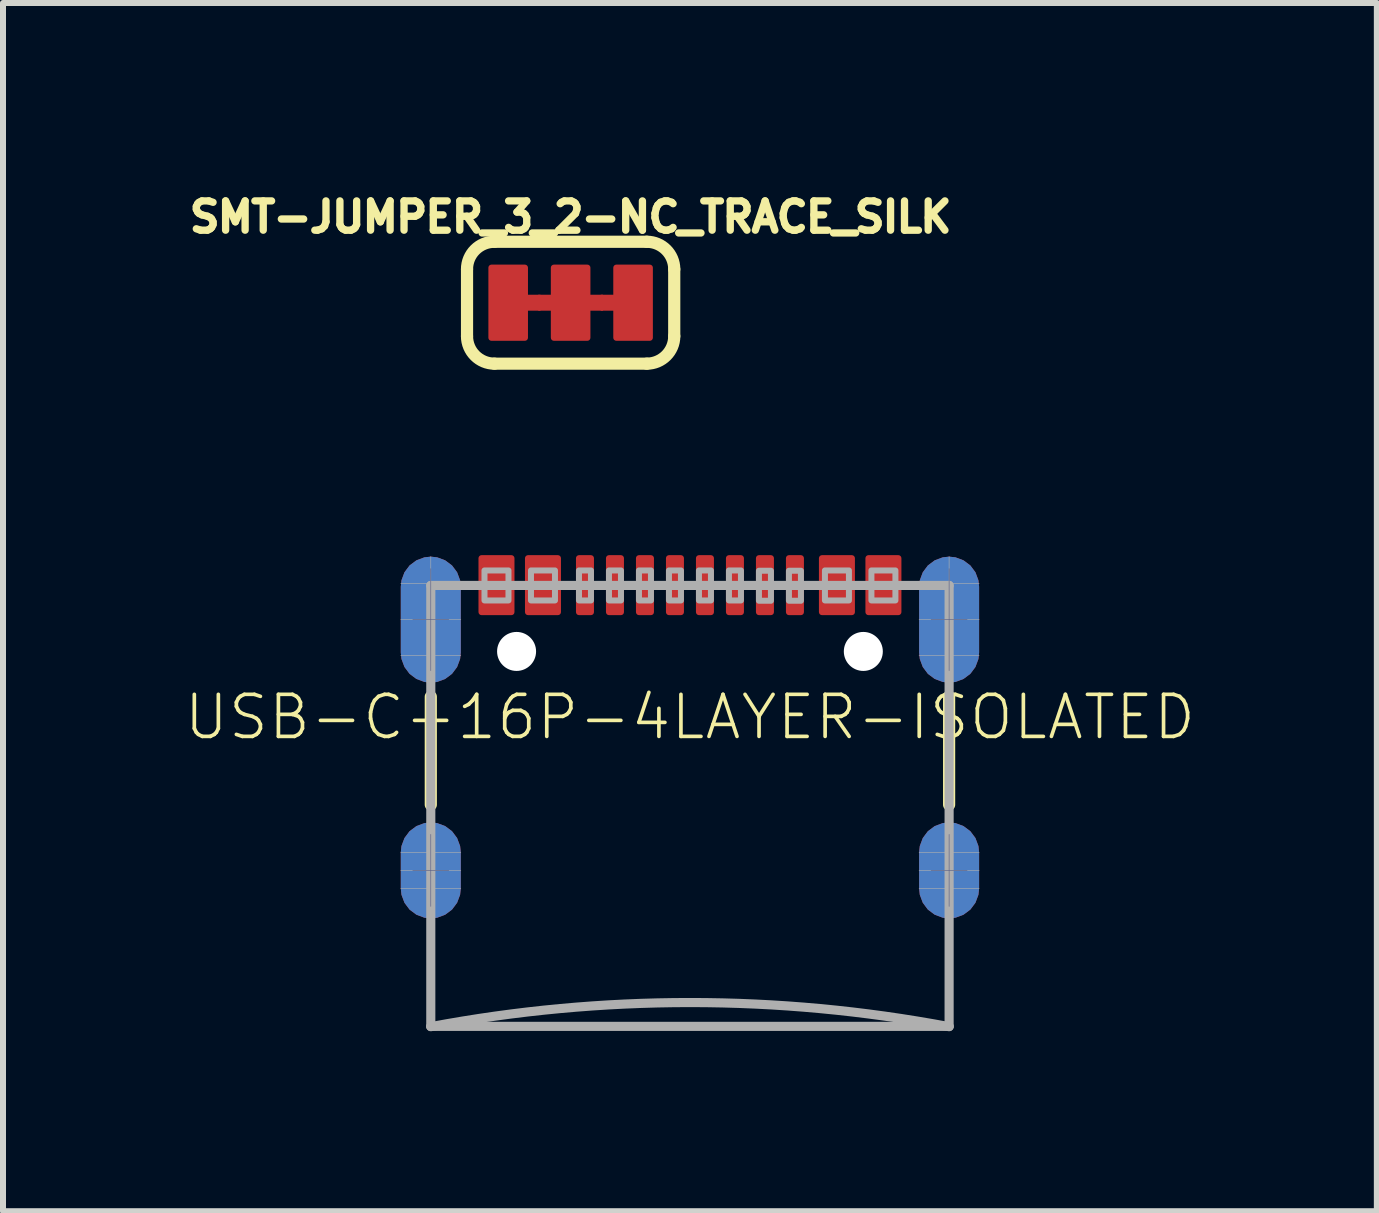
<source format=kicad_pcb>
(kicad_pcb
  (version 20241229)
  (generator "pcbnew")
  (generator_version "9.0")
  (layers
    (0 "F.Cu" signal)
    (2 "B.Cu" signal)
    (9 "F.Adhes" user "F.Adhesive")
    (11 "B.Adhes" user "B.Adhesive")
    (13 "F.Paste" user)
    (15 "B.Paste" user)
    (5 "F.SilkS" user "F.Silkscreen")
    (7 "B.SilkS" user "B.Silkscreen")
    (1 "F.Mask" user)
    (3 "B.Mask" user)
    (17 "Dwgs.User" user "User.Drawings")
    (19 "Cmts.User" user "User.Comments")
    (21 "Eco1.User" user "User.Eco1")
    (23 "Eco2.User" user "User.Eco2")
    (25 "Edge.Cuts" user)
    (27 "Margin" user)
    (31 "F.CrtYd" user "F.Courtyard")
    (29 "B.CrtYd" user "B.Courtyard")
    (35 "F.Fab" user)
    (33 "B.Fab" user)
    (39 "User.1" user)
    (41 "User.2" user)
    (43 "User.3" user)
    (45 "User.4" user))
  (footprint "USB-C-16P-4LAYER-ISOLATED"
    (layer "F.Cu")
    (at 8.451 6.364)
    (property "Reference" "USB-C-16P-4LAYER-ISOLATED" (at 0 2.54 0) (unlocked yes) (layer "F.SilkS") (effects (font (size 0.701 0.701) (thickness 0.061))))
    (fp_poly (pts (xy -4.169 -0.226) (xy -4.026 -0.173) (xy -3.902 -0.085) (xy -3.804 0.032) (xy -3.741 0.17) (xy -3.715 0.32) (xy -3.715 1.52) (xy -3.742 1.669) (xy -3.806 1.805) (xy -3.904 1.92) (xy -4.028 2.007) (xy -4.17 2.058) (xy -4.32 2.07) (xy -4.47 2.058) (xy -4.612 2.007) (xy -4.736 1.92) (xy -4.834 1.805) (xy -4.925 1.521) (xy -4.925 0.32) (xy -4.899 0.17) (xy -4.836 0.032) (xy -4.738 -0.085) (xy -4.614 -0.174) (xy -4.32 -0.24)) (stroke (width 0) (type default)) (fill yes) (layer "F.Mask"))
    (fp_poly (pts (xy -4.163 4.211) (xy -4.017 4.273) (xy -3.891 4.37) (xy -3.795 4.496) (xy -3.735 4.643) (xy -3.715 4.8) (xy -3.715 5.4) (xy -3.736 5.556) (xy -3.797 5.701) (xy -3.893 5.825) (xy -4.018 5.921) (xy -4.164 5.98) (xy -4.32 6) (xy -4.476 5.98) (xy -4.622 5.921) (xy -4.747 5.825) (xy -4.843 5.701) (xy -4.925 5.401) (xy -4.925 4.8) (xy -4.905 4.643) (xy -4.845 4.496) (xy -4.749 4.37) (xy -4.623 4.272) (xy -4.32 4.19)) (stroke (width 0) (type default)) (fill yes) (layer "F.Mask"))
    (fp_poly (pts (xy 4.471 -0.226) (xy 4.614 -0.173) (xy 4.738 -0.085) (xy 4.836 0.032) (xy 4.899 0.17) (xy 4.925 0.32) (xy 4.925 1.52) (xy 4.898 1.669) (xy 4.834 1.805) (xy 4.736 1.92) (xy 4.612 2.007) (xy 4.47 2.058) (xy 4.32 2.07) (xy 4.17 2.058) (xy 4.028 2.007) (xy 3.904 1.92) (xy 3.806 1.805) (xy 3.715 1.521) (xy 3.715 0.32) (xy 3.741 0.17) (xy 3.804 0.032) (xy 3.902 -0.085) (xy 4.026 -0.174) (xy 4.32 -0.24)) (stroke (width 0) (type default)) (fill yes) (layer "F.Mask"))
    (fp_poly (pts (xy 4.477 4.211) (xy 4.623 4.273) (xy 4.749 4.37) (xy 4.845 4.496) (xy 4.905 4.643) (xy 4.925 4.8) (xy 4.925 5.4) (xy 4.904 5.556) (xy 4.843 5.701) (xy 4.747 5.825) (xy 4.622 5.921) (xy 4.476 5.98) (xy 4.32 6) (xy 4.164 5.98) (xy 4.018 5.921) (xy 3.893 5.825) (xy 3.797 5.701) (xy 3.715 5.401) (xy 3.715 4.8) (xy 3.735 4.643) (xy 3.795 4.496) (xy 3.891 4.37) (xy 4.017 4.272) (xy 4.32 4.19)) (stroke (width 0) (type default)) (fill yes) (layer "F.Mask"))
    (fp_line (start -4.32 2.2) (end -4.32 4) (stroke (width 0.203) (type solid)) (layer "F.SilkS"))
    (fp_line (start 4.32 2.2) (end 4.32 4) (stroke (width 0.203) (type solid)) (layer "F.SilkS"))
    (fp_poly (pts (xy -4.219 -0.146) (xy -4.094 -0.103) (xy -3.984 -0.029) (xy -3.898 0.071) (xy -3.84 0.19) (xy -3.815 0.32) (xy -3.815 1.521) (xy -3.854 1.668) (xy -3.937 1.796) (xy -4.056 1.892) (xy -4.35 1.955) (xy -4.491 1.939) (xy -4.621 1.88) (xy -4.727 1.784) (xy -4.825 1.521) (xy -4.825 0.32) (xy -4.802 0.173) (xy -4.734 0.041) (xy -4.629 -0.065) (xy -4.351 -0.155)) (stroke (width 0) (type default)) (fill yes) (layer "F.Paste"))
    (fp_poly (pts (xy -4.147 4.322) (xy -4.011 4.395) (xy -3.903 4.507) (xy -3.815 4.799) (xy -3.815 5.4) (xy -3.836 5.553) (xy -3.904 5.693) (xy -4.011 5.805) (xy -4.299 5.905) (xy -4.434 5.89) (xy -4.559 5.841) (xy -4.667 5.761) (xy -4.751 5.656) (xy -4.825 5.401) (xy -4.825 4.8) (xy -4.805 4.667) (xy -4.751 4.544) (xy -4.667 4.439) (xy -4.559 4.359) (xy -4.3 4.295)) (stroke (width 0) (type default)) (fill yes) (layer "F.Paste"))
    (fp_poly (pts (xy 4.43 -0.145) (xy 4.553 -0.101) (xy 4.661 -0.026) (xy 4.745 0.073) (xy 4.801 0.191) (xy 4.825 0.32) (xy 4.825 1.521) (xy 4.787 1.667) (xy 4.707 1.794) (xy 4.59 1.89) (xy 4.3 1.955) (xy 4.164 1.949) (xy 4.035 1.902) (xy 3.927 1.816) (xy 3.815 1.571) (xy 3.815 0.37) (xy 3.827 0.239) (xy 3.873 0.115) (xy 3.949 0.007) (xy 4.05 -0.077) (xy 4.299 -0.155)) (stroke (width 0) (type default)) (fill yes) (layer "F.Paste"))
    (fp_poly (pts (xy 4.434 4.31) (xy 4.559 4.359) (xy 4.667 4.439) (xy 4.751 4.544) (xy 4.805 4.667) (xy 4.825 4.8) (xy 4.825 5.4) (xy 4.806 5.552) (xy 4.74 5.691) (xy 4.635 5.803) (xy 4.351 5.905) (xy 4.221 5.899) (xy 4.097 5.859) (xy 3.989 5.789) (xy 3.901 5.692) (xy 3.815 5.451) (xy 3.815 4.85) (xy 3.824 4.715) (xy 3.867 4.586) (xy 3.942 4.472) (xy 4.045 4.382) (xy 4.299 4.295)) (stroke (width 0) (type default)) (fill yes) (layer "F.Paste"))
    (fp_line (start -4.62 0.915) (end -4.02 0.915) (stroke (width 0.01) (type solid)) (layer "B.Fab"))
    (fp_line (start -4.62 5.095) (end -4.02 5.095) (stroke (width 0.01) (type solid)) (layer "B.Fab"))
    (fp_line (start -4.32 0.065) (end -4.32 1.765) (stroke (width 0.01) (type solid)) (layer "B.Fab"))
    (fp_line (start -4.32 4.495) (end -4.32 5.695) (stroke (width 0.01) (type solid)) (layer "B.Fab"))
    (fp_line (start 4.02 0.915) (end 4.62 0.915) (stroke (width 0.01) (type solid)) (layer "B.Fab"))
    (fp_line (start 4.02 5.095) (end 4.62 5.095) (stroke (width 0.01) (type solid)) (layer "B.Fab"))
    (fp_line (start 4.32 0.065) (end 4.32 1.765) (stroke (width 0.01) (type solid)) (layer "B.Fab"))
    (fp_line (start 4.32 4.495) (end 4.32 5.695) (stroke (width 0.01) (type solid)) (layer "B.Fab"))
    (fp_line (start -4.82 0.315) (end -3.82 0.315) (stroke (width 0.01) (type solid)) (layer "F.Fab"))
    (fp_line (start -4.82 0.915) (end -3.82 0.915) (stroke (width 0.01) (type solid)) (layer "F.Fab"))
    (fp_line (start -4.82 1.515) (end -3.82 1.515) (stroke (width 0.01) (type solid)) (layer "F.Fab"))
    (fp_line (start -4.82 4.795) (end -3.82 4.795) (stroke (width 0.01) (type solid)) (layer "F.Fab"))
    (fp_line (start -4.82 5.095) (end -3.82 5.095) (stroke (width 0.01) (type solid)) (layer "F.Fab"))
    (fp_line (start -4.82 5.395) (end -3.82 5.395) (stroke (width 0.01) (type solid)) (layer "F.Fab"))
    (fp_line (start -4.32 -0.135) (end -4.32 0.345) (stroke (width 0.01) (type solid)) (layer "F.Fab"))
    (fp_line (start -4.32 0.345) (end -4.32 1.965) (stroke (width 0.01) (type solid)) (layer "F.Fab"))
    (fp_line (start -4.32 0.345) (end 4.32 0.345) (stroke (width 0.152) (type solid)) (layer "F.Fab"))
    (fp_line (start -4.32 4.295) (end -4.32 5.895) (stroke (width 0.01) (type solid)) (layer "F.Fab"))
    (fp_line (start -4.32 7.695) (end -4.32 0.345) (stroke (width 0.152) (type solid)) (layer "F.Fab"))
    (fp_line (start -4.32 7.695) (end 4.32 7.695) (stroke (width 0.152) (type solid)) (layer "F.Fab"))
    (fp_line (start 3.82 0.315) (end 4.82 0.315) (stroke (width 0.01) (type solid)) (layer "F.Fab"))
    (fp_line (start 3.82 0.915) (end 4.82 0.915) (stroke (width 0.01) (type solid)) (layer "F.Fab"))
    (fp_line (start 3.82 1.515) (end 4.82 1.515) (stroke (width 0.01) (type solid)) (layer "F.Fab"))
    (fp_line (start 3.82 4.795) (end 4.82 4.795) (stroke (width 0.01) (type solid)) (layer "F.Fab"))
    (fp_line (start 3.82 5.095) (end 4.82 5.095) (stroke (width 0.01) (type solid)) (layer "F.Fab"))
    (fp_line (start 3.82 5.395) (end 4.82 5.395) (stroke (width 0.01) (type solid)) (layer "F.Fab"))
    (fp_line (start 4.32 -0.135) (end 4.32 0.345) (stroke (width 0.01) (type solid)) (layer "F.Fab"))
    (fp_line (start 4.32 0.345) (end 4.32 1.965) (stroke (width 0.01) (type solid)) (layer "F.Fab"))
    (fp_line (start 4.32 0.345) (end 4.32 7.695) (stroke (width 0.152) (type solid)) (layer "F.Fab"))
    (fp_line (start 4.32 4.295) (end 4.32 5.895) (stroke (width 0.01) (type solid)) (layer "F.Fab"))
    (fp_arc (start -4.32 7.7) (mid 0 7.297675) (end 4.32 7.7) (stroke (width 0.1524) (type solid)) (layer "F.Fab"))
    (fp_poly (pts (xy -3.425 0.595) (xy -3.025 0.595) (xy -3.025 0.095) (xy -3.425 0.095)) (stroke (width 0.1) (type default)) (fill no) (layer "F.Fab"))
    (fp_poly (pts (xy -2.65 0.595) (xy -2.25 0.595) (xy -2.25 0.095) (xy -2.65 0.095)) (stroke (width 0.1) (type default)) (fill no) (layer "F.Fab"))
    (fp_poly (pts (xy -1.85 0.595) (xy -1.65 0.595) (xy -1.65 0.095) (xy -1.85 0.095)) (stroke (width 0.1) (type default)) (fill no) (layer "F.Fab"))
    (fp_poly (pts (xy -1.35 0.595) (xy -1.15 0.595) (xy -1.15 0.095) (xy -1.35 0.095)) (stroke (width 0.1) (type default)) (fill no) (layer "F.Fab"))
    (fp_poly (pts (xy -0.85 0.595) (xy -0.65 0.595) (xy -0.65 0.095) (xy -0.85 0.095)) (stroke (width 0.1) (type default)) (fill no) (layer "F.Fab"))
    (fp_poly (pts (xy -0.35 0.595) (xy -0.15 0.595) (xy -0.15 0.095) (xy -0.35 0.095)) (stroke (width 0.1) (type default)) (fill no) (layer "F.Fab"))
    (fp_poly (pts (xy 0.15 0.595) (xy 0.35 0.595) (xy 0.35 0.095) (xy 0.15 0.095)) (stroke (width 0.1) (type default)) (fill no) (layer "F.Fab"))
    (fp_poly (pts (xy 0.65 0.595) (xy 0.85 0.595) (xy 0.85 0.095) (xy 0.65 0.095)) (stroke (width 0.1) (type default)) (fill no) (layer "F.Fab"))
    (fp_poly (pts (xy 1.15 0.6) (xy 1.35 0.6) (xy 1.35 0.1) (xy 1.15 0.1)) (stroke (width 0.1) (type default)) (fill no) (layer "F.Fab"))
    (fp_poly (pts (xy 1.65 0.6) (xy 1.85 0.6) (xy 1.85 0.1) (xy 1.65 0.1)) (stroke (width 0.1) (type default)) (fill no) (layer "F.Fab"))
    (fp_poly (pts (xy 2.25 0.595) (xy 2.65 0.595) (xy 2.65 0.095) (xy 2.25 0.095)) (stroke (width 0.1) (type default)) (fill no) (layer "F.Fab"))
    (fp_poly (pts (xy 3.025 0.595) (xy 3.425 0.595) (xy 3.425 0.095) (xy 3.025 0.095)) (stroke (width 0.1) (type default)) (fill no) (layer "F.Fab"))
    (pad "" np_thru_hole circle (at -2.89 1.445) (size 0.65 0.65) (drill 0.65) (layers "*.Cu" "*.Mask"))
    (pad "" np_thru_hole circle (at 2.89 1.445) (size 0.65 0.65) (drill 0.65) (layers "*.Cu" "*.Mask"))
    (pad "A5" smd roundrect (at -1.25 0.34 180) (size 0.3 1) (layers "F.Cu" "F.Mask" "F.Paste") (roundrect_rratio 0.169))
    (pad "A6" smd roundrect (at -0.25 0.34 180) (size 0.3 1) (layers "F.Cu" "F.Mask" "F.Paste") (roundrect_rratio 0.169))
    (pad "A7" smd roundrect (at 0.25 0.34) (size 0.3 1) (layers "F.Cu" "F.Mask" "F.Paste") (roundrect_rratio 0.169))
    (pad "A8" smd roundrect (at 1.25 0.34) (size 0.3 1) (layers "F.Cu" "F.Mask" "F.Paste") (roundrect_rratio 0.169))
    (pad "B5" smd roundrect (at 1.75 0.34) (size 0.3 1) (layers "F.Cu" "F.Mask" "F.Paste") (roundrect_rratio 0.169))
    (pad "B6" smd roundrect (at 0.75 0.34) (size 0.3 1) (layers "F.Cu" "F.Mask" "F.Paste") (roundrect_rratio 0.169))
    (pad "B7" smd roundrect (at -0.75 0.34 180) (size 0.3 1) (layers "F.Cu" "F.Mask" "F.Paste") (roundrect_rratio 0.169))
    (pad "B8" smd roundrect (at -1.75 0.34 180) (size 0.3 1) (layers "F.Cu" "F.Mask" "F.Paste") (roundrect_rratio 0.169))
    (pad "GND" smd roundrect (at -3.225 0.34 180) (size 0.6 1) (layers "F.Cu" "F.Mask" "F.Paste") (roundrect_rratio 0.085))
    (pad "GND2" smd roundrect (at 3.225 0.34) (size 0.6 1) (layers "F.Cu" "F.Mask" "F.Paste") (roundrect_rratio 0.085))
    (pad "SHLD1" smd roundrect (at -4.32 0.915 180) (size 1 2.1) (layers "F.Cu") (roundrect_rratio 0.5))
    (pad "SHLD2" smd roundrect (at 4.32 0.915 180) (size 1 2.1) (layers "F.Cu") (roundrect_rratio 0.5))
    (pad "SHLD3" smd roundrect (at -4.32 0.915) (size 1 2.1) (layers "B.Cu") (roundrect_rratio 0.5))
    (pad "SHLD4" smd roundrect (at 4.32 0.915) (size 1 2.1) (layers "B.Cu") (roundrect_rratio 0.5))
    (pad "SHLD5" smd roundrect (at -4.32 5.095 180) (size 1 1.6) (layers "F.Cu") (roundrect_rratio 0.5))
    (pad "SHLD6" smd roundrect (at -4.32 5.095) (size 1 1.6) (layers "B.Cu") (roundrect_rratio 0.5))
    (pad "SHLD7" smd roundrect (at 4.32 5.095) (size 1 1.6) (layers "B.Cu") (roundrect_rratio 0.5))
    (pad "SHLD8" smd roundrect (at 4.32 5.095 180) (size 1 1.6) (layers "F.Cu") (roundrect_rratio 0.5))
    (pad "VBUS1" smd roundrect (at -2.45 0.34 180) (size 0.6 1) (layers "F.Cu" "F.Mask" "F.Paste") (roundrect_rratio 0.085))
    (pad "VBUS2" smd roundrect (at 2.45 0.34) (size 0.6 1) (layers "F.Cu" "F.Mask" "F.Paste") (roundrect_rratio 0.085))
    (zone (net_name "") (layer "In1.Cu") (hatch edge 0.5) (connect_pads) (min_thickness 0.25) (filled_areas_thickness no) (keepout (tracks allowed) (vias allowed) (pads allowed) (copperpour not_allowed) (footprints allowed)) (placement (enabled no)) (fill) (polygon (pts (xy 3.651 6.264) (xy 4.651 6.264) (xy 4.651 8.364) (xy 3.651 8.364))))
    (zone (net_name "") (layer "In1.Cu") (hatch edge 0.5) (connect_pads) (min_thickness 0.25) (filled_areas_thickness no) (keepout (tracks allowed) (vias allowed) (pads allowed) (copperpour not_allowed) (footprints allowed)) (placement (enabled no)) (fill) (polygon (pts (xy 3.651 10.664) (xy 4.651 10.664) (xy 4.651 12.264) (xy 3.651 12.264))))
    (zone (net_name "") (layer "In1.Cu") (hatch edge 0.5) (connect_pads) (min_thickness 0.25) (filled_areas_thickness no) (keepout (tracks allowed) (vias allowed) (pads allowed) (copperpour not_allowed) (footprints allowed)) (placement (enabled no)) (fill) (polygon (pts (xy 12.251 10.664) (xy 13.251 10.664) (xy 13.251 12.264) (xy 12.251 12.264))))
    (zone (net_name "") (layer "In1.Cu") (hatch edge 0.5) (connect_pads) (min_thickness 0.25) (filled_areas_thickness no) (keepout (tracks allowed) (vias allowed) (pads allowed) (copperpour not_allowed) (footprints allowed)) (placement (enabled no)) (fill) (polygon (pts (xy 12.251 6.264) (xy 13.251 6.264) (xy 13.251 8.264) (xy 13.251 8.364) (xy 12.251 8.364))))
    (zone (net_name "") (layer "In2.Cu") (hatch edge 0.5) (connect_pads) (min_thickness 0.25) (filled_areas_thickness no) (keepout (tracks allowed) (vias allowed) (pads allowed) (copperpour not_allowed) (footprints allowed)) (placement (enabled no)) (fill) (polygon (pts (xy 3.651 6.264) (xy 4.651 6.264) (xy 4.651 8.364) (xy 3.651 8.364))))
    (zone (net_name "") (layer "In2.Cu") (hatch edge 0.5) (connect_pads) (min_thickness 0.25) (filled_areas_thickness no) (keepout (tracks allowed) (vias allowed) (pads allowed) (copperpour not_allowed) (footprints allowed)) (placement (enabled no)) (fill) (polygon (pts (xy 3.651 10.664) (xy 4.651 10.664) (xy 4.651 12.264) (xy 3.651 12.264))))
    (zone (net_name "") (layer "In2.Cu") (hatch edge 0.5) (connect_pads) (min_thickness 0.25) (filled_areas_thickness no) (keepout (tracks allowed) (vias allowed) (pads allowed) (copperpour not_allowed) (footprints allowed)) (placement (enabled no)) (fill) (polygon (pts (xy 12.251 6.264) (xy 13.251 6.264) (xy 13.251 8.364) (xy 12.251 8.364))))
    (zone (net_name "") (layer "In2.Cu") (hatch edge 0.5) (connect_pads) (min_thickness 0.25) (filled_areas_thickness no) (keepout (tracks allowed) (vias allowed) (pads allowed) (copperpour not_allowed) (footprints allowed)) (placement (enabled no)) (fill) (polygon (pts (xy 12.251 10.664) (xy 13.251 10.664) (xy 13.251 12.264) (xy 12.251 12.264)))))
  (footprint "SMT-JUMPER_3_2-NC_TRACE_SILK"
    (layer "F.Cu")
    (at 6.462 1.996)
    (property "Reference" "SMT-JUMPER_3_2-NC_TRACE_SILK" (at 0 -1.143 0) (unlocked yes) (layer "F.SilkS") (effects (font (size 0.488 0.488) (thickness 0.122)) (justify bottom)))
    (fp_poly (pts (xy -0.502 0.133) (xy -1.238 0.133) (xy -1.238 -0.133) (xy -0.502 -0.133)) (stroke (width 0) (type default)) (fill yes) (layer "F.Cu"))
    (fp_poly (pts (xy 0.54 0.133) (xy -0.54 0.133) (xy -0.54 -0.133) (xy 0.54 -0.133)) (stroke (width 0) (type default)) (fill yes) (layer "F.Cu"))
    (fp_poly (pts (xy 1.238 0.133) (xy 0.502 0.133) (xy 0.502 -0.133) (xy 1.238 -0.133)) (stroke (width 0) (type default)) (fill yes) (layer "F.Cu"))
    (fp_poly (pts (xy -0.254 0.191) (xy -0.762 0.191) (xy -0.762 -0.191) (xy -0.254 -0.191)) (stroke (width 0) (type default)) (fill yes) (layer "F.Mask"))
    (fp_poly (pts (xy 0.762 0.191) (xy 0.254 0.191) (xy 0.254 -0.191) (xy 0.762 -0.191)) (stroke (width 0) (type default)) (fill yes) (layer "F.Mask"))
    (fp_line (start -1.727 0.559) (end -1.727 -0.559) (stroke (width 0.203) (type solid)) (layer "F.SilkS"))
    (fp_line (start -1.27 -1.016) (end 1.27 -1.016) (stroke (width 0.203) (type solid)) (layer "F.SilkS"))
    (fp_line (start 1.27 1.016) (end -1.27 1.016) (stroke (width 0.203) (type solid)) (layer "F.SilkS"))
    (fp_line (start 1.727 0.559) (end 1.727 -0.559) (stroke (width 0.203) (type solid)) (layer "F.SilkS"))
    (fp_arc (start -1.7272 -0.5588) (mid -1.593289 -0.882089) (end -1.27 -1.016) (stroke (width 0.2032) (type solid)) (layer "F.SilkS"))
    (fp_arc (start -1.27 1.016) (mid -1.593289 0.882089) (end -1.7272 0.5588) (stroke (width 0.2032) (type solid)) (layer "F.SilkS"))
    (fp_arc (start 1.27 -1.016) (mid 1.593289 -0.882089) (end 1.7272 -0.5588) (stroke (width 0.2032) (type solid)) (layer "F.SilkS"))
    (fp_arc (start 1.7272 0.5588) (mid 1.593289 0.882089) (end 1.27 1.016) (stroke (width 0.2032) (type solid)) (layer "F.SilkS"))
    (pad "1" smd roundrect (at -1.041 0) (size 0.66 1.27) (layers "F.Cu" "F.Mask") (roundrect_rratio 0.077))
    (pad "2" smd roundrect (at 0 0) (size 0.66 1.27) (layers "F.Cu" "F.Mask") (roundrect_rratio 0.077))
    (pad "3" smd roundrect (at 1.041 0) (size 0.66 1.27) (layers "F.Cu" "F.Mask") (roundrect_rratio 0.077)))
  (gr_rect
    (start -3 -3)
    (end 19.901 17.14)
    (stroke (width 0.1) (type default))
    (fill no)
    (layer "Edge.Cuts")))
</source>
